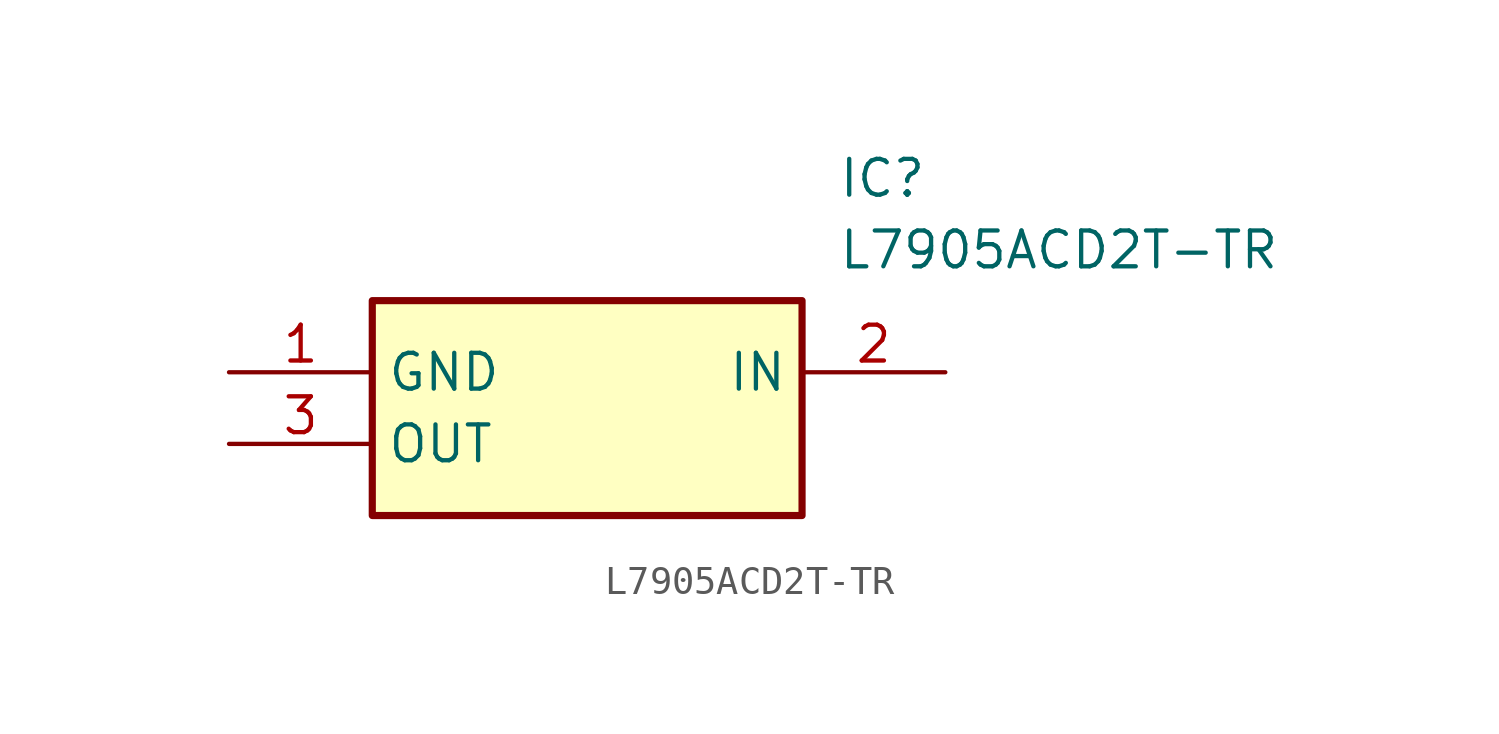
<source format=kicad_sym>
(kicad_symbol_lib
  (version 20211014)
  (generator SamacSys_ECAD_Model)
  (symbol "L7905ACD2T-TR"
    (property "Reference" "IC"
      (at 21.59 7.62 0)
      (effects (font (size 1.27 1.27)) (justify left top)))
    (property "Value" "L7905ACD2T-TR"
      (at 21.59 5.08 0)
      (effects (font (size 1.27 1.27)) (justify left top)))
    (rectangle
      (start 5.08 2.54)
      (end 20.32 -5.08)
      (stroke (width 0.254) (type default))
      (fill (type background)))
    (pin power_in line
      (at 0 0 0)
      (length 5.08)
      (name "GND" (effects (font (size 1.27 1.27))))
      (number "1" (effects (font (size 1.27 1.27)))))
    (pin input line
      (at 25.4 0 180)
      (length 5.08)
      (name "IN" (effects (font (size 1.27 1.27))))
      (number "2" (effects (font (size 1.27 1.27)))))
    (pin output line
      (at 0 -2.54 0)
      (length 5.08)
      (name "OUT" (effects (font (size 1.27 1.27))))
      (number "3" (effects (font (size 1.27 1.27)))))))
</source>
